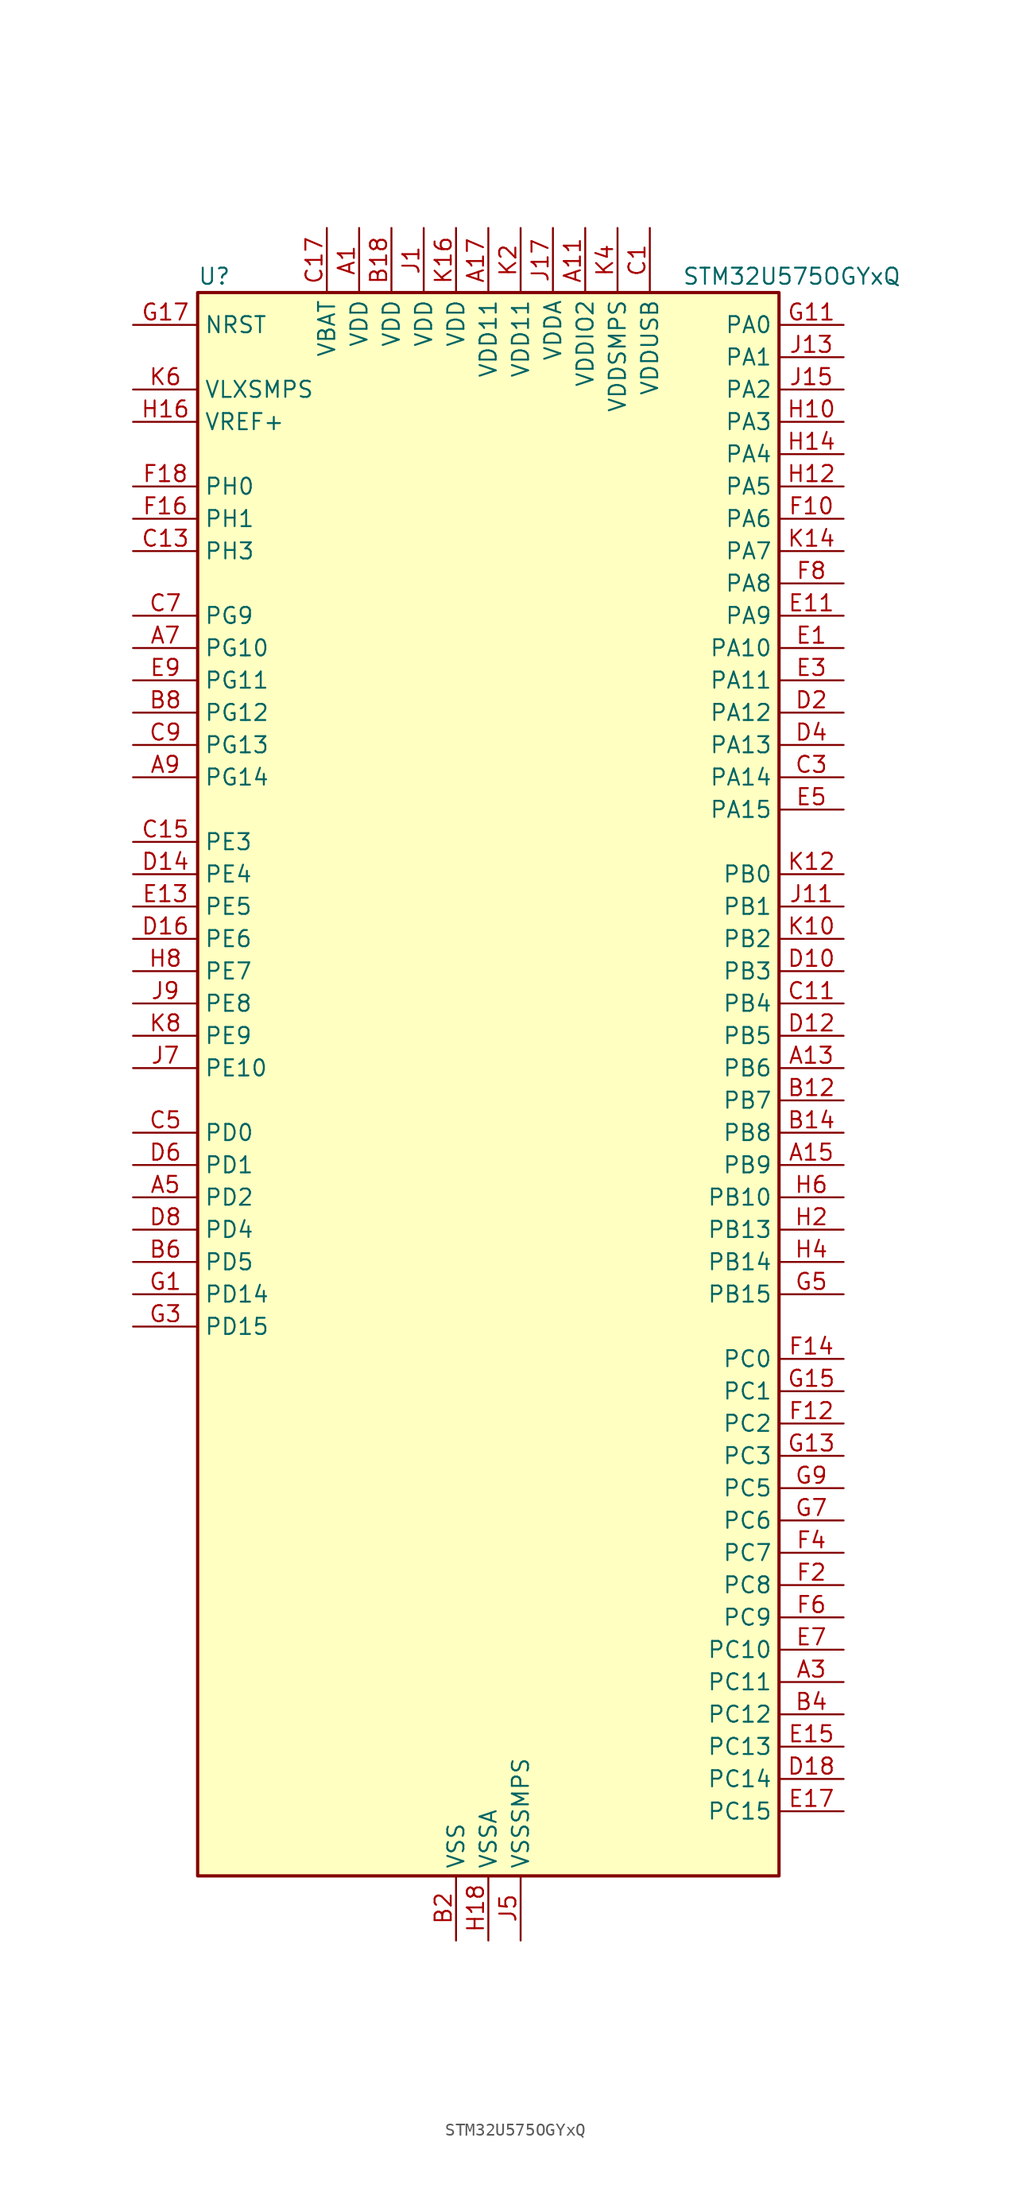
<source format=kicad_sym>
(kicad_symbol_lib
  (version 20220914)
  (generator kicad_symbol_editor)
  (symbol "STM32U575OGYxQ"
    (property "Reference" "U"
      (at -22.86 64.77 0)
      (effects (font (size 1.27 1.27)) (justify left)))
    (property "Value" "STM32U575OGYxQ"
      (at 15.24 64.77 0)
      (effects (font (size 1.27 1.27)) (justify left)))
    (property "ki_locked" ""
      (at 0 0 0)
      (effects (font (size 1.27 1.27))))
    (symbol "STM32U575OGYxQ_0_1"
      (rectangle (start -22.86 -60.96) (end 22.86 63.5) (stroke (width 0.254) (type default)) (fill (type background))))
    (symbol "STM32U575OGYxQ_1_1"
      (pin power_in line (at -10.16 68.58 270) (length 5.08) (name "VDD" (effects (font (size 1.27 1.27)))) (number "A1" (effects (font (size 1.27 1.27)))))
      (pin power_in line (at 7.62 68.58 270) (length 5.08) (name "VDDIO2" (effects (font (size 1.27 1.27)))) (number "A11" (effects (font (size 1.27 1.27)))))
      (pin bidirectional line (at 27.94 2.54 180) (length 5.08) (name "PB6" (effects (font (size 1.27 1.27)))) (number "A13" (effects (font (size 1.27 1.27)))) (alternate "COMP2_INP" bidirectional line) (alternate "DCMI_D5" bidirectional line) (alternate "I2C1_SCL" bidirectional line) (alternate "I2C4_SCL" bidirectional line) (alternate "LPTIM1_ETR" bidirectional line) (alternate "MDF1_SDI5" bidirectional line) (alternate "PSSI_D5" bidirectional line) (alternate "PWR_WKUP3" bidirectional line) (alternate "SAI1_FS_B" bidirectional line) (alternate "TIM16_CH1N" bidirectional line) (alternate "TIM4_CH1" bidirectional line) (alternate "TIM8_BKIN2" bidirectional line) (alternate "TSC_G2_IO3" bidirectional line) (alternate "USART1_TX" bidirectional line))
      (pin bidirectional line (at 27.94 -5.08 180) (length 5.08) (name "PB9" (effects (font (size 1.27 1.27)))) (number "A15" (effects (font (size 1.27 1.27)))) (alternate "DAC1_EXTI9" bidirectional line) (alternate "DCMI_D7" bidirectional line) (alternate "FDCAN1_TX" bidirectional line) (alternate "I2C1_SDA" bidirectional line) (alternate "IR_OUT" bidirectional line) (alternate "PSSI_D7" bidirectional line) (alternate "SAI1_D2" bidirectional line) (alternate "SAI1_FS_A" bidirectional line) (alternate "SDMMC1_CDIR" bidirectional line) (alternate "SDMMC1_D5" bidirectional line) (alternate "SDMMC2_D5" bidirectional line) (alternate "SPI2_NSS" bidirectional line) (alternate "TIM17_CH1" bidirectional line) (alternate "TIM4_CH4" bidirectional line))
      (pin power_in line (at 0 68.58 270) (length 5.08) (name "VDD11" (effects (font (size 1.27 1.27)))) (number "A17" (effects (font (size 1.27 1.27)))))
      (pin bidirectional line (at 27.94 -45.72 180) (length 5.08) (name "PC11" (effects (font (size 1.27 1.27)))) (number "A3" (effects (font (size 1.27 1.27)))) (alternate "ADC1_EXTI11" bidirectional line) (alternate "ADF1_SDI0" bidirectional line) (alternate "DCMI_D2" bidirectional line) (alternate "DCMI_D4" bidirectional line) (alternate "LPTIM3_IN1" bidirectional line) (alternate "OCTOSPIM_P1_NCS" bidirectional line) (alternate "PSSI_D2" bidirectional line) (alternate "PSSI_D4" bidirectional line) (alternate "SDMMC1_D3" bidirectional line) (alternate "SPI3_MISO" bidirectional line) (alternate "TSC_G3_IO3" bidirectional line) (alternate "UART4_RX" bidirectional line) (alternate "UCPD1_FRSTX2" bidirectional line) (alternate "USART3_RX" bidirectional line))
      (pin bidirectional line (at -27.94 -7.62 0) (length 5.08) (name "PD2" (effects (font (size 1.27 1.27)))) (number "A5" (effects (font (size 1.27 1.27)))) (alternate "DCMI_D11" bidirectional line) (alternate "DEBUG_TRACED2" bidirectional line) (alternate "LPTIM4_ETR" bidirectional line) (alternate "PSSI_D11" bidirectional line) (alternate "SDMMC1_CMD" bidirectional line) (alternate "TIM3_ETR" bidirectional line) (alternate "TSC_SYNC" bidirectional line) (alternate "UART5_RX" bidirectional line) (alternate "USART3_DE" bidirectional line) (alternate "USART3_RTS" bidirectional line))
      (pin bidirectional line (at -27.94 35.56 0) (length 5.08) (name "PG10" (effects (font (size 1.27 1.27)))) (number "A7" (effects (font (size 1.27 1.27)))) (alternate "FMC_NE3" bidirectional line) (alternate "LPTIM1_IN1" bidirectional line) (alternate "OCTOSPIM_P2_IO7" bidirectional line) (alternate "SPI3_MISO" bidirectional line) (alternate "TIM15_CH1" bidirectional line) (alternate "USART1_RX" bidirectional line))
      (pin bidirectional line (at -27.94 25.4 0) (length 5.08) (name "PG14" (effects (font (size 1.27 1.27)))) (number "A9" (effects (font (size 1.27 1.27)))) (alternate "FMC_A25" bidirectional line) (alternate "I2C1_SCL" bidirectional line) (alternate "LPTIM1_CH2" bidirectional line))
      (pin passive line (at -2.54 -66.04 90) (length 5.08) hide (name "VSS" (effects (font (size 1.27 1.27)))) (number "B10" (effects (font (size 1.27 1.27)))))
      (pin bidirectional line (at 27.94 0 180) (length 5.08) (name "PB7" (effects (font (size 1.27 1.27)))) (number "B12" (effects (font (size 1.27 1.27)))) (alternate "COMP2_INM" bidirectional line) (alternate "DCMI_VSYNC" bidirectional line) (alternate "FMC_NL" bidirectional line) (alternate "I2C1_SDA" bidirectional line) (alternate "I2C4_SDA" bidirectional line) (alternate "LPTIM1_IN2" bidirectional line) (alternate "MDF1_CKI5" bidirectional line) (alternate "PSSI_RDY" bidirectional line) (alternate "PWR_PVD_IN" bidirectional line) (alternate "PWR_WKUP4" bidirectional line) (alternate "TIM17_CH1N" bidirectional line) (alternate "TIM4_CH2" bidirectional line) (alternate "TIM8_BKIN" bidirectional line) (alternate "TSC_G2_IO4" bidirectional line) (alternate "UART4_CTS" bidirectional line) (alternate "USART1_RX" bidirectional line))
      (pin bidirectional line (at 27.94 -2.54 180) (length 5.08) (name "PB8" (effects (font (size 1.27 1.27)))) (number "B14" (effects (font (size 1.27 1.27)))) (alternate "DCMI_D6" bidirectional line) (alternate "FDCAN1_RX" bidirectional line) (alternate "I2C1_SCL" bidirectional line) (alternate "MDF1_CCK0" bidirectional line) (alternate "PSSI_D6" bidirectional line) (alternate "PWR_WKUP5" bidirectional line) (alternate "SAI1_CK1" bidirectional line) (alternate "SAI1_MCLK_A" bidirectional line) (alternate "SDMMC1_CKIN" bidirectional line) (alternate "SDMMC1_D4" bidirectional line) (alternate "SDMMC2_D4" bidirectional line) (alternate "SPI3_RDY" bidirectional line) (alternate "TIM16_CH1" bidirectional line) (alternate "TIM4_CH3" bidirectional line))
      (pin passive line (at -2.54 -66.04 90) (length 5.08) hide (name "VSS" (effects (font (size 1.27 1.27)))) (number "B16" (effects (font (size 1.27 1.27)))))
      (pin power_in line (at -7.62 68.58 270) (length 5.08) (name "VDD" (effects (font (size 1.27 1.27)))) (number "B18" (effects (font (size 1.27 1.27)))))
      (pin power_in line (at -2.54 -66.04 90) (length 5.08) (name "VSS" (effects (font (size 1.27 1.27)))) (number "B2" (effects (font (size 1.27 1.27)))))
      (pin bidirectional line (at 27.94 -48.26 180) (length 5.08) (name "PC12" (effects (font (size 1.27 1.27)))) (number "B4" (effects (font (size 1.27 1.27)))) (alternate "DCMI_D9" bidirectional line) (alternate "DEBUG_TRACED3" bidirectional line) (alternate "PSSI_D9" bidirectional line) (alternate "SDMMC1_CK" bidirectional line) (alternate "SPI3_MOSI" bidirectional line) (alternate "TSC_G3_IO4" bidirectional line) (alternate "UART5_TX" bidirectional line) (alternate "USART3_CK" bidirectional line))
      (pin bidirectional line (at -27.94 -12.7 0) (length 5.08) (name "PD5" (effects (font (size 1.27 1.27)))) (number "B6" (effects (font (size 1.27 1.27)))) (alternate "FMC_NWE" bidirectional line) (alternate "OCTOSPIM_P1_IO5" bidirectional line) (alternate "SPI2_RDY" bidirectional line) (alternate "USART2_TX" bidirectional line))
      (pin bidirectional line (at -27.94 30.48 0) (length 5.08) (name "PG12" (effects (font (size 1.27 1.27)))) (number "B8" (effects (font (size 1.27 1.27)))) (alternate "FMC_NE4" bidirectional line) (alternate "LPTIM1_ETR" bidirectional line) (alternate "OCTOSPIM_P2_NCS" bidirectional line) (alternate "SPI3_NSS" bidirectional line) (alternate "USART1_DE" bidirectional line) (alternate "USART1_RTS" bidirectional line))
      (pin power_in line (at 12.7 68.58 270) (length 5.08) (name "VDDUSB" (effects (font (size 1.27 1.27)))) (number "C1" (effects (font (size 1.27 1.27)))))
      (pin bidirectional line (at 27.94 7.62 180) (length 5.08) (name "PB4" (effects (font (size 1.27 1.27)))) (number "C11" (effects (font (size 1.27 1.27)))) (alternate "ADF1_SDI0" bidirectional line) (alternate "COMP2_INP" bidirectional line) (alternate "DCMI_D12" bidirectional line) (alternate "DEBUG_JTRST" bidirectional line) (alternate "I2C3_SDA" bidirectional line) (alternate "LPTIM1_CH2" bidirectional line) (alternate "PSSI_D12" bidirectional line) (alternate "SAI1_MCLK_B" bidirectional line) (alternate "SDMMC2_D3" bidirectional line) (alternate "SPI1_MISO" bidirectional line) (alternate "SPI3_MISO" bidirectional line) (alternate "TIM17_BKIN" bidirectional line) (alternate "TIM3_CH1" bidirectional line) (alternate "TSC_G2_IO1" bidirectional line) (alternate "UART5_DE" bidirectional line) (alternate "UART5_RTS" bidirectional line) (alternate "USART1_CTS" bidirectional line))
      (pin bidirectional line (at -27.94 43.18 0) (length 5.08) (name "PH3" (effects (font (size 1.27 1.27)))) (number "C13" (effects (font (size 1.27 1.27)))))
      (pin bidirectional line (at -27.94 20.32 0) (length 5.08) (name "PE3" (effects (font (size 1.27 1.27)))) (number "C15" (effects (font (size 1.27 1.27)))) (alternate "DEBUG_TRACED0" bidirectional line) (alternate "FMC_A19" bidirectional line) (alternate "OCTOSPIM_P1_DQS" bidirectional line) (alternate "SAI1_SD_B" bidirectional line) (alternate "TAMP_IN6" bidirectional line) (alternate "TAMP_OUT3" bidirectional line) (alternate "TIM3_CH1" bidirectional line) (alternate "TSC_G7_IO2" bidirectional line))
      (pin power_in line (at -12.7 68.58 270) (length 5.08) (name "VBAT" (effects (font (size 1.27 1.27)))) (number "C17" (effects (font (size 1.27 1.27)))))
      (pin bidirectional line (at 27.94 25.4 180) (length 5.08) (name "PA14" (effects (font (size 1.27 1.27)))) (number "C3" (effects (font (size 1.27 1.27)))) (alternate "DEBUG_JTCK-SWCLK" bidirectional line) (alternate "I2C1_SMBA" bidirectional line) (alternate "I2C4_SMBA" bidirectional line) (alternate "LPTIM1_CH1" bidirectional line) (alternate "SAI1_FS_B" bidirectional line) (alternate "USB_OTG_FS_SOF" bidirectional line))
      (pin bidirectional line (at -27.94 -2.54 0) (length 5.08) (name "PD0" (effects (font (size 1.27 1.27)))) (number "C5" (effects (font (size 1.27 1.27)))) (alternate "FDCAN1_RX" bidirectional line) (alternate "FMC_D2" bidirectional line) (alternate "FMC_DA2" bidirectional line) (alternate "SPI2_NSS" bidirectional line) (alternate "TIM8_CH4N" bidirectional line))
      (pin bidirectional line (at -27.94 38.1 0) (length 5.08) (name "PG9" (effects (font (size 1.27 1.27)))) (number "C7" (effects (font (size 1.27 1.27)))) (alternate "DAC1_EXTI9" bidirectional line) (alternate "FMC_NCE" bidirectional line) (alternate "FMC_NE2" bidirectional line) (alternate "OCTOSPIM_P2_IO6" bidirectional line) (alternate "SPI3_SCK" bidirectional line) (alternate "TIM15_CH1N" bidirectional line) (alternate "USART1_TX" bidirectional line))
      (pin bidirectional line (at -27.94 27.94 0) (length 5.08) (name "PG13" (effects (font (size 1.27 1.27)))) (number "C9" (effects (font (size 1.27 1.27)))) (alternate "FMC_A24" bidirectional line) (alternate "I2C1_SDA" bidirectional line) (alternate "SPI3_RDY" bidirectional line) (alternate "USART1_CK" bidirectional line))
      (pin bidirectional line (at 27.94 10.16 180) (length 5.08) (name "PB3" (effects (font (size 1.27 1.27)))) (number "D10" (effects (font (size 1.27 1.27)))) (alternate "ADF1_CCK0" bidirectional line) (alternate "COMP2_INM" bidirectional line) (alternate "CRS_SYNC" bidirectional line) (alternate "DEBUG_JTDO-SWO" bidirectional line) (alternate "I2C1_SDA" bidirectional line) (alternate "LPTIM1_CH1" bidirectional line) (alternate "SAI1_SCK_B" bidirectional line) (alternate "SDMMC2_D2" bidirectional line) (alternate "SPI1_SCK" bidirectional line) (alternate "SPI3_SCK" bidirectional line) (alternate "TIM2_CH2" bidirectional line) (alternate "USART1_DE" bidirectional line) (alternate "USART1_RTS" bidirectional line))
      (pin bidirectional line (at 27.94 5.08 180) (length 5.08) (name "PB5" (effects (font (size 1.27 1.27)))) (number "D12" (effects (font (size 1.27 1.27)))) (alternate "COMP2_OUT" bidirectional line) (alternate "DCMI_D10" bidirectional line) (alternate "I2C1_SMBA" bidirectional line) (alternate "LPTIM1_IN1" bidirectional line) (alternate "OCTOSPIM_P1_NCLK" bidirectional line) (alternate "PSSI_D10" bidirectional line) (alternate "PWR_WKUP6" bidirectional line) (alternate "SAI1_SD_B" bidirectional line) (alternate "SPI1_MOSI" bidirectional line) (alternate "SPI3_MOSI" bidirectional line) (alternate "TIM16_BKIN" bidirectional line) (alternate "TIM3_CH2" bidirectional line) (alternate "TSC_G2_IO2" bidirectional line) (alternate "UART5_CTS" bidirectional line) (alternate "UCPD1_DBCC1" bidirectional line) (alternate "USART1_CK" bidirectional line))
      (pin bidirectional line (at -27.94 17.78 0) (length 5.08) (name "PE4" (effects (font (size 1.27 1.27)))) (number "D14" (effects (font (size 1.27 1.27)))) (alternate "DCMI_D4" bidirectional line) (alternate "DEBUG_TRACED1" bidirectional line) (alternate "FMC_A20" bidirectional line) (alternate "MDF1_SDI3" bidirectional line) (alternate "PSSI_D4" bidirectional line) (alternate "PWR_WKUP1" bidirectional line) (alternate "SAI1_D2" bidirectional line) (alternate "SAI1_FS_A" bidirectional line) (alternate "TAMP_IN7" bidirectional line) (alternate "TAMP_OUT8" bidirectional line) (alternate "TIM3_CH2" bidirectional line) (alternate "TSC_G7_IO3" bidirectional line))
      (pin bidirectional line (at -27.94 12.7 0) (length 5.08) (name "PE6" (effects (font (size 1.27 1.27)))) (number "D16" (effects (font (size 1.27 1.27)))) (alternate "DCMI_D7" bidirectional line) (alternate "DEBUG_TRACED3" bidirectional line) (alternate "FMC_A22" bidirectional line) (alternate "PSSI_D7" bidirectional line) (alternate "PWR_WKUP3" bidirectional line) (alternate "SAI1_D1" bidirectional line) (alternate "SAI1_SD_A" bidirectional line) (alternate "TAMP_IN3" bidirectional line) (alternate "TAMP_OUT6" bidirectional line) (alternate "TIM3_CH4" bidirectional line))
      (pin bidirectional line (at 27.94 -53.34 180) (length 5.08) (name "PC14" (effects (font (size 1.27 1.27)))) (number "D18" (effects (font (size 1.27 1.27)))) (alternate "RCC_OSC32_IN" bidirectional line))
      (pin bidirectional line (at 27.94 30.48 180) (length 5.08) (name "PA12" (effects (font (size 1.27 1.27)))) (number "D2" (effects (font (size 1.27 1.27)))) (alternate "FDCAN1_TX" bidirectional line) (alternate "OCTOSPIM_P2_NCS" bidirectional line) (alternate "SPI1_MOSI" bidirectional line) (alternate "TIM1_ETR" bidirectional line) (alternate "USART1_DE" bidirectional line) (alternate "USART1_RTS" bidirectional line) (alternate "USB_OTG_FS_DP" bidirectional line))
      (pin bidirectional line (at 27.94 27.94 180) (length 5.08) (name "PA13" (effects (font (size 1.27 1.27)))) (number "D4" (effects (font (size 1.27 1.27)))) (alternate "DEBUG_JTMS-SWDIO" bidirectional line) (alternate "IR_OUT" bidirectional line) (alternate "SAI1_SD_B" bidirectional line) (alternate "USB_OTG_FS_NOE" bidirectional line))
      (pin bidirectional line (at -27.94 -5.08 0) (length 5.08) (name "PD1" (effects (font (size 1.27 1.27)))) (number "D6" (effects (font (size 1.27 1.27)))) (alternate "FDCAN1_TX" bidirectional line) (alternate "FMC_D3" bidirectional line) (alternate "FMC_DA3" bidirectional line) (alternate "SPI2_SCK" bidirectional line))
      (pin bidirectional line (at -27.94 -10.16 0) (length 5.08) (name "PD4" (effects (font (size 1.27 1.27)))) (number "D8" (effects (font (size 1.27 1.27)))) (alternate "FMC_NOE" bidirectional line) (alternate "MDF1_CKI0" bidirectional line) (alternate "OCTOSPIM_P1_IO4" bidirectional line) (alternate "SPI2_MOSI" bidirectional line) (alternate "USART2_DE" bidirectional line) (alternate "USART2_RTS" bidirectional line))
      (pin bidirectional line (at 27.94 35.56 180) (length 5.08) (name "PA10" (effects (font (size 1.27 1.27)))) (number "E1" (effects (font (size 1.27 1.27)))) (alternate "CRS_SYNC" bidirectional line) (alternate "DCMI_D1" bidirectional line) (alternate "LPTIM2_IN2" bidirectional line) (alternate "PSSI_D1" bidirectional line) (alternate "SAI1_D1" bidirectional line) (alternate "SAI1_SD_A" bidirectional line) (alternate "TIM17_BKIN" bidirectional line) (alternate "TIM1_CH3" bidirectional line) (alternate "USART1_RX" bidirectional line) (alternate "USB_OTG_FS_ID" bidirectional line))
      (pin bidirectional line (at 27.94 38.1 180) (length 5.08) (name "PA9" (effects (font (size 1.27 1.27)))) (number "E11" (effects (font (size 1.27 1.27)))) (alternate "DAC1_EXTI9" bidirectional line) (alternate "DCMI_D0" bidirectional line) (alternate "PSSI_D0" bidirectional line) (alternate "SAI1_FS_A" bidirectional line) (alternate "SPI2_SCK" bidirectional line) (alternate "TIM15_BKIN" bidirectional line) (alternate "TIM1_CH2" bidirectional line) (alternate "USART1_TX" bidirectional line) (alternate "USB_OTG_FS_VBUS" bidirectional line))
      (pin bidirectional line (at -27.94 15.24 0) (length 5.08) (name "PE5" (effects (font (size 1.27 1.27)))) (number "E13" (effects (font (size 1.27 1.27)))) (alternate "DCMI_D6" bidirectional line) (alternate "DEBUG_TRACED2" bidirectional line) (alternate "FMC_A21" bidirectional line) (alternate "MDF1_CKI3" bidirectional line) (alternate "PSSI_D6" bidirectional line) (alternate "PWR_WKUP2" bidirectional line) (alternate "SAI1_CK2" bidirectional line) (alternate "SAI1_SCK_A" bidirectional line) (alternate "TAMP_IN8" bidirectional line) (alternate "TAMP_OUT7" bidirectional line) (alternate "TIM3_CH3" bidirectional line) (alternate "TSC_G7_IO4" bidirectional line))
      (pin bidirectional line (at 27.94 -50.8 180) (length 5.08) (name "PC13" (effects (font (size 1.27 1.27)))) (number "E15" (effects (font (size 1.27 1.27)))) (alternate "PWR_WKUP2" bidirectional line) (alternate "RTC_OUT1" bidirectional line) (alternate "RTC_TS" bidirectional line) (alternate "TAMP_IN1" bidirectional line) (alternate "TAMP_OUT2" bidirectional line))
      (pin bidirectional line (at 27.94 -55.88 180) (length 5.08) (name "PC15" (effects (font (size 1.27 1.27)))) (number "E17" (effects (font (size 1.27 1.27)))) (alternate "ADC1_EXTI15" bidirectional line) (alternate "ADC4_EXTI15" bidirectional line) (alternate "RCC_OSC32_OUT" bidirectional line))
      (pin bidirectional line (at 27.94 33.02 180) (length 5.08) (name "PA11" (effects (font (size 1.27 1.27)))) (number "E3" (effects (font (size 1.27 1.27)))) (alternate "ADC1_EXTI11" bidirectional line) (alternate "FDCAN1_RX" bidirectional line) (alternate "SPI1_MISO" bidirectional line) (alternate "TIM1_BKIN2" bidirectional line) (alternate "TIM1_CH4" bidirectional line) (alternate "USART1_CTS" bidirectional line) (alternate "USB_OTG_FS_DM" bidirectional line))
      (pin bidirectional line (at 27.94 22.86 180) (length 5.08) (name "PA15" (effects (font (size 1.27 1.27)))) (number "E5" (effects (font (size 1.27 1.27)))) (alternate "ADC1_EXTI15" bidirectional line) (alternate "ADC4_EXTI15" bidirectional line) (alternate "DEBUG_JTDI" bidirectional line) (alternate "SPI1_NSS" bidirectional line) (alternate "SPI3_NSS" bidirectional line) (alternate "TIM2_CH1" bidirectional line) (alternate "TIM2_ETR" bidirectional line) (alternate "UART4_DE" bidirectional line) (alternate "UART4_RTS" bidirectional line) (alternate "UCPD1_CC1" bidirectional line) (alternate "USART2_RX" bidirectional line) (alternate "USART3_DE" bidirectional line) (alternate "USART3_RTS" bidirectional line))
      (pin bidirectional line (at 27.94 -43.18 180) (length 5.08) (name "PC10" (effects (font (size 1.27 1.27)))) (number "E7" (effects (font (size 1.27 1.27)))) (alternate "ADF1_CCK1" bidirectional line) (alternate "DCMI_D8" bidirectional line) (alternate "DEBUG_TRACED1" bidirectional line) (alternate "LPTIM3_ETR" bidirectional line) (alternate "PSSI_D8" bidirectional line) (alternate "SDMMC1_D2" bidirectional line) (alternate "SPI3_SCK" bidirectional line) (alternate "TSC_G3_IO2" bidirectional line) (alternate "UART4_TX" bidirectional line) (alternate "USART3_TX" bidirectional line))
      (pin bidirectional line (at -27.94 33.02 0) (length 5.08) (name "PG11" (effects (font (size 1.27 1.27)))) (number "E9" (effects (font (size 1.27 1.27)))) (alternate "ADC1_EXTI11" bidirectional line) (alternate "LPTIM1_IN2" bidirectional line) (alternate "OCTOSPIM_P1_IO5" bidirectional line) (alternate "SPI3_MOSI" bidirectional line) (alternate "TIM15_CH2" bidirectional line) (alternate "USART1_CTS" bidirectional line))
      (pin bidirectional line (at 27.94 45.72 180) (length 5.08) (name "PA6" (effects (font (size 1.27 1.27)))) (number "F10" (effects (font (size 1.27 1.27)))) (alternate "ADC1_IN11" bidirectional line) (alternate "ADC4_IN11" bidirectional line) (alternate "DCMI_PIXCLK" bidirectional line) (alternate "LPUART1_CTS" bidirectional line) (alternate "OCTOSPIM_P1_IO3" bidirectional line) (alternate "OPAMP2_VINP" bidirectional line) (alternate "PSSI_PDCK" bidirectional line) (alternate "PWR_CDSTOP" bidirectional line) (alternate "PWR_WKUP7" bidirectional line) (alternate "SPI1_MISO" bidirectional line) (alternate "TIM16_CH1" bidirectional line) (alternate "TIM1_BKIN" bidirectional line) (alternate "TIM3_CH1" bidirectional line) (alternate "TIM8_BKIN" bidirectional line) (alternate "USART3_CTS" bidirectional line))
      (pin bidirectional line (at 27.94 -25.4 180) (length 5.08) (name "PC2" (effects (font (size 1.27 1.27)))) (number "F12" (effects (font (size 1.27 1.27)))) (alternate "ADC1_IN3" bidirectional line) (alternate "ADC4_IN3" bidirectional line) (alternate "LPTIM1_IN2" bidirectional line) (alternate "MDF1_CCK1" bidirectional line) (alternate "OCTOSPIM_P1_IO5" bidirectional line) (alternate "SPI2_MISO" bidirectional line))
      (pin bidirectional line (at 27.94 -20.32 180) (length 5.08) (name "PC0" (effects (font (size 1.27 1.27)))) (number "F14" (effects (font (size 1.27 1.27)))) (alternate "ADC1_IN1" bidirectional line) (alternate "ADC4_IN1" bidirectional line) (alternate "I2C3_SCL" bidirectional line) (alternate "LPTIM1_IN1" bidirectional line) (alternate "LPTIM2_IN1" bidirectional line) (alternate "LPUART1_RX" bidirectional line) (alternate "MDF1_SDI4" bidirectional line) (alternate "OCTOSPIM_P1_IO7" bidirectional line) (alternate "SDMMC1_D5" bidirectional line) (alternate "SPI2_RDY" bidirectional line))
      (pin bidirectional line (at -27.94 45.72 0) (length 5.08) (name "PH1" (effects (font (size 1.27 1.27)))) (number "F16" (effects (font (size 1.27 1.27)))) (alternate "RCC_OSC_OUT" bidirectional line))
      (pin bidirectional line (at -27.94 48.26 0) (length 5.08) (name "PH0" (effects (font (size 1.27 1.27)))) (number "F18" (effects (font (size 1.27 1.27)))) (alternate "RCC_OSC_IN" bidirectional line))
      (pin bidirectional line (at 27.94 -38.1 180) (length 5.08) (name "PC8" (effects (font (size 1.27 1.27)))) (number "F2" (effects (font (size 1.27 1.27)))) (alternate "DCMI_D2" bidirectional line) (alternate "LPTIM3_CH1" bidirectional line) (alternate "PSSI_D2" bidirectional line) (alternate "PWR_SRDSTOP" bidirectional line) (alternate "SDMMC1_D0" bidirectional line) (alternate "TIM3_CH3" bidirectional line) (alternate "TIM8_CH3" bidirectional line) (alternate "TSC_G4_IO3" bidirectional line))
      (pin bidirectional line (at 27.94 -35.56 180) (length 5.08) (name "PC7" (effects (font (size 1.27 1.27)))) (number "F4" (effects (font (size 1.27 1.27)))) (alternate "DCMI_D1" bidirectional line) (alternate "LPTIM2_CH2" bidirectional line) (alternate "MDF1_SDI3" bidirectional line) (alternate "PSSI_D1" bidirectional line) (alternate "PWR_CDSTOP" bidirectional line) (alternate "SDMMC1_D123DIR" bidirectional line) (alternate "SDMMC1_D7" bidirectional line) (alternate "SDMMC2_D7" bidirectional line) (alternate "TIM3_CH2" bidirectional line) (alternate "TIM8_CH2" bidirectional line) (alternate "TSC_G4_IO2" bidirectional line))
      (pin bidirectional line (at 27.94 -40.64 180) (length 5.08) (name "PC9" (effects (font (size 1.27 1.27)))) (number "F6" (effects (font (size 1.27 1.27)))) (alternate "DAC1_EXTI9" bidirectional line) (alternate "DCMI_D3" bidirectional line) (alternate "DEBUG_TRACED0" bidirectional line) (alternate "LPTIM3_CH2" bidirectional line) (alternate "PSSI_D3" bidirectional line) (alternate "SDMMC1_D1" bidirectional line) (alternate "TIM3_CH4" bidirectional line) (alternate "TIM8_BKIN2" bidirectional line) (alternate "TIM8_CH4" bidirectional line) (alternate "TSC_G4_IO4" bidirectional line) (alternate "USB_OTG_FS_NOE" bidirectional line))
      (pin bidirectional line (at 27.94 40.64 180) (length 5.08) (name "PA8" (effects (font (size 1.27 1.27)))) (number "F8" (effects (font (size 1.27 1.27)))) (alternate "DEBUG_TRACECLK" bidirectional line) (alternate "LPTIM2_CH1" bidirectional line) (alternate "RCC_MCO" bidirectional line) (alternate "SAI1_CK2" bidirectional line) (alternate "SAI1_SCK_A" bidirectional line) (alternate "SPI1_RDY" bidirectional line) (alternate "TIM1_CH1" bidirectional line) (alternate "USART1_CK" bidirectional line) (alternate "USB_OTG_FS_SOF" bidirectional line))
      (pin bidirectional line (at -27.94 -15.24 0) (length 5.08) (name "PD14" (effects (font (size 1.27 1.27)))) (number "G1" (effects (font (size 1.27 1.27)))) (alternate "FMC_D0" bidirectional line) (alternate "FMC_DA0" bidirectional line) (alternate "LPTIM3_CH1" bidirectional line) (alternate "TIM4_CH3" bidirectional line))
      (pin bidirectional line (at 27.94 60.96 180) (length 5.08) (name "PA0" (effects (font (size 1.27 1.27)))) (number "G11" (effects (font (size 1.27 1.27)))) (alternate "ADC1_IN5" bidirectional line) (alternate "AUDIOCLK" bidirectional line) (alternate "OCTOSPIM_P2_NCS" bidirectional line) (alternate "OPAMP1_VINP" bidirectional line) (alternate "PWR_WKUP1" bidirectional line) (alternate "SDMMC2_CMD" bidirectional line) (alternate "SPI3_RDY" bidirectional line) (alternate "TAMP_IN2" bidirectional line) (alternate "TAMP_OUT1" bidirectional line) (alternate "TIM2_CH1" bidirectional line) (alternate "TIM2_ETR" bidirectional line) (alternate "TIM5_CH1" bidirectional line) (alternate "TIM8_ETR" bidirectional line) (alternate "UART4_TX" bidirectional line) (alternate "USART2_CTS" bidirectional line))
      (pin bidirectional line (at 27.94 -27.94 180) (length 5.08) (name "PC3" (effects (font (size 1.27 1.27)))) (number "G13" (effects (font (size 1.27 1.27)))) (alternate "ADC1_IN4" bidirectional line) (alternate "ADC4_IN4" bidirectional line) (alternate "LPTIM1_ETR" bidirectional line) (alternate "LPTIM2_ETR" bidirectional line) (alternate "LPTIM3_CH1" bidirectional line) (alternate "OCTOSPIM_P1_IO6" bidirectional line) (alternate "SAI1_D1" bidirectional line) (alternate "SAI1_SD_A" bidirectional line) (alternate "SPI2_MOSI" bidirectional line))
      (pin bidirectional line (at 27.94 -22.86 180) (length 5.08) (name "PC1" (effects (font (size 1.27 1.27)))) (number "G15" (effects (font (size 1.27 1.27)))) (alternate "ADC1_IN2" bidirectional line) (alternate "ADC4_IN2" bidirectional line) (alternate "DEBUG_TRACED0" bidirectional line) (alternate "I2C3_SDA" bidirectional line) (alternate "LPTIM1_CH1" bidirectional line) (alternate "LPUART1_TX" bidirectional line) (alternate "MDF1_CKI4" bidirectional line) (alternate "OCTOSPIM_P1_IO4" bidirectional line) (alternate "SAI1_SD_A" bidirectional line) (alternate "SDMMC2_CK" bidirectional line) (alternate "SPI2_MOSI" bidirectional line))
      (pin input line (at -27.94 60.96 0) (length 5.08) (name "NRST" (effects (font (size 1.27 1.27)))) (number "G17" (effects (font (size 1.27 1.27)))))
      (pin bidirectional line (at -27.94 -17.78 0) (length 5.08) (name "PD15" (effects (font (size 1.27 1.27)))) (number "G3" (effects (font (size 1.27 1.27)))) (alternate "ADC1_EXTI15" bidirectional line) (alternate "ADC4_EXTI15" bidirectional line) (alternate "FMC_D1" bidirectional line) (alternate "FMC_DA1" bidirectional line) (alternate "LPTIM3_CH2" bidirectional line) (alternate "TIM4_CH4" bidirectional line))
      (pin bidirectional line (at 27.94 -15.24 180) (length 5.08) (name "PB15" (effects (font (size 1.27 1.27)))) (number "G5" (effects (font (size 1.27 1.27)))) (alternate "ADC1_EXTI15" bidirectional line) (alternate "ADC4_EXTI15" bidirectional line) (alternate "FMC_NBL1" bidirectional line) (alternate "LPTIM2_IN2" bidirectional line) (alternate "MDF1_CKI2" bidirectional line) (alternate "PWR_WKUP7" bidirectional line) (alternate "RTC_REFIN" bidirectional line) (alternate "SDMMC2_D1" bidirectional line) (alternate "SPI2_MOSI" bidirectional line) (alternate "TIM15_CH2" bidirectional line) (alternate "TIM1_CH3N" bidirectional line) (alternate "TIM8_CH3N" bidirectional line) (alternate "UCPD1_CC2" bidirectional line))
      (pin bidirectional line (at 27.94 -33.02 180) (length 5.08) (name "PC6" (effects (font (size 1.27 1.27)))) (number "G7" (effects (font (size 1.27 1.27)))) (alternate "DCMI_D0" bidirectional line) (alternate "MDF1_CKI3" bidirectional line) (alternate "PSSI_D0" bidirectional line) (alternate "PWR_CSLEEP" bidirectional line) (alternate "SDMMC1_D0DIR" bidirectional line) (alternate "SDMMC1_D6" bidirectional line) (alternate "SDMMC2_D6" bidirectional line) (alternate "TIM3_CH1" bidirectional line) (alternate "TIM8_CH1" bidirectional line) (alternate "TSC_G4_IO1" bidirectional line))
      (pin bidirectional line (at 27.94 -30.48 180) (length 5.08) (name "PC5" (effects (font (size 1.27 1.27)))) (number "G9" (effects (font (size 1.27 1.27)))) (alternate "ADC1_IN14" bidirectional line) (alternate "ADC4_IN23" bidirectional line) (alternate "COMP1_INP" bidirectional line) (alternate "PSSI_D15" bidirectional line) (alternate "PWR_WKUP5" bidirectional line) (alternate "SAI1_D3" bidirectional line) (alternate "TAMP_IN4" bidirectional line) (alternate "TAMP_OUT5" bidirectional line) (alternate "TIM1_CH4N" bidirectional line) (alternate "USART3_RX" bidirectional line))
      (pin bidirectional line (at 27.94 53.34 180) (length 5.08) (name "PA3" (effects (font (size 1.27 1.27)))) (number "H10" (effects (font (size 1.27 1.27)))) (alternate "ADC1_IN8" bidirectional line) (alternate "LPUART1_RX" bidirectional line) (alternate "OCTOSPIM_P1_CLK" bidirectional line) (alternate "OPAMP1_VOUT" bidirectional line) (alternate "PWR_WKUP5" bidirectional line) (alternate "SAI1_CK1" bidirectional line) (alternate "SAI1_MCLK_A" bidirectional line) (alternate "TIM15_CH2" bidirectional line) (alternate "TIM2_CH4" bidirectional line) (alternate "TIM5_CH4" bidirectional line) (alternate "USART2_RX" bidirectional line))
      (pin bidirectional line (at 27.94 48.26 180) (length 5.08) (name "PA5" (effects (font (size 1.27 1.27)))) (number "H12" (effects (font (size 1.27 1.27)))) (alternate "ADC1_IN10" bidirectional line) (alternate "ADC4_IN10" bidirectional line) (alternate "DAC1_OUT2" bidirectional line) (alternate "LPTIM2_ETR" bidirectional line) (alternate "PSSI_D14" bidirectional line) (alternate "PWR_CSLEEP" bidirectional line) (alternate "PWR_WKUP6" bidirectional line) (alternate "SPI1_SCK" bidirectional line) (alternate "TIM2_CH1" bidirectional line) (alternate "TIM2_ETR" bidirectional line) (alternate "TIM8_CH1N" bidirectional line) (alternate "USART3_RX" bidirectional line))
      (pin bidirectional line (at 27.94 50.8 180) (length 5.08) (name "PA4" (effects (font (size 1.27 1.27)))) (number "H14" (effects (font (size 1.27 1.27)))) (alternate "ADC1_IN9" bidirectional line) (alternate "ADC4_IN9" bidirectional line) (alternate "DAC1_OUT1" bidirectional line) (alternate "DCMI_HSYNC" bidirectional line) (alternate "LPTIM2_CH1" bidirectional line) (alternate "OCTOSPIM_P1_NCS" bidirectional line) (alternate "PSSI_DE" bidirectional line) (alternate "PWR_WKUP2" bidirectional line) (alternate "SAI1_FS_B" bidirectional line) (alternate "SPI1_NSS" bidirectional line) (alternate "SPI3_NSS" bidirectional line) (alternate "USART2_CK" bidirectional line))
      (pin input line (at -27.94 53.34 0) (length 5.08) (name "VREF+" (effects (font (size 1.27 1.27)))) (number "H16" (effects (font (size 1.27 1.27)))) (alternate "VREFBUF_OUT" bidirectional line))
      (pin power_in line (at 0 -66.04 90) (length 5.08) (name "VSSA" (effects (font (size 1.27 1.27)))) (number "H18" (effects (font (size 1.27 1.27)))))
      (pin bidirectional line (at 27.94 -10.16 180) (length 5.08) (name "PB13" (effects (font (size 1.27 1.27)))) (number "H2" (effects (font (size 1.27 1.27)))) (alternate "I2C2_SCL" bidirectional line) (alternate "LPTIM3_IN1" bidirectional line) (alternate "LPUART1_CTS" bidirectional line) (alternate "MDF1_CKI1" bidirectional line) (alternate "SPI2_SCK" bidirectional line) (alternate "TIM15_CH1N" bidirectional line) (alternate "TIM1_CH1N" bidirectional line) (alternate "TSC_G1_IO2" bidirectional line) (alternate "USART3_CTS" bidirectional line))
      (pin bidirectional line (at 27.94 -12.7 180) (length 5.08) (name "PB14" (effects (font (size 1.27 1.27)))) (number "H4" (effects (font (size 1.27 1.27)))) (alternate "I2C2_SDA" bidirectional line) (alternate "LPTIM3_ETR" bidirectional line) (alternate "MDF1_SDI2" bidirectional line) (alternate "SDMMC2_D0" bidirectional line) (alternate "SPI2_MISO" bidirectional line) (alternate "TIM15_CH1" bidirectional line) (alternate "TIM1_CH2N" bidirectional line) (alternate "TIM8_CH2N" bidirectional line) (alternate "TSC_G1_IO3" bidirectional line) (alternate "UCPD1_DBCC2" bidirectional line) (alternate "USART3_DE" bidirectional line) (alternate "USART3_RTS" bidirectional line))
      (pin bidirectional line (at 27.94 -7.62 180) (length 5.08) (name "PB10" (effects (font (size 1.27 1.27)))) (number "H6" (effects (font (size 1.27 1.27)))) (alternate "COMP1_OUT" bidirectional line) (alternate "I2C2_SCL" bidirectional line) (alternate "I2C4_SCL" bidirectional line) (alternate "LPTIM3_CH1" bidirectional line) (alternate "LPUART1_RX" bidirectional line) (alternate "OCTOSPIM_P1_CLK" bidirectional line) (alternate "PWR_WKUP8" bidirectional line) (alternate "SAI1_SCK_A" bidirectional line) (alternate "SPI2_SCK" bidirectional line) (alternate "TIM2_CH3" bidirectional line) (alternate "TSC_SYNC" bidirectional line) (alternate "USART3_TX" bidirectional line))
      (pin bidirectional line (at -27.94 10.16 0) (length 5.08) (name "PE7" (effects (font (size 1.27 1.27)))) (number "H8" (effects (font (size 1.27 1.27)))) (alternate "FMC_D4" bidirectional line) (alternate "FMC_DA4" bidirectional line) (alternate "MDF1_SDI2" bidirectional line) (alternate "PWR_WKUP6" bidirectional line) (alternate "SAI1_SD_B" bidirectional line) (alternate "TIM1_ETR" bidirectional line))
      (pin power_in line (at -5.08 68.58 270) (length 5.08) (name "VDD" (effects (font (size 1.27 1.27)))) (number "J1" (effects (font (size 1.27 1.27)))))
      (pin bidirectional line (at 27.94 15.24 180) (length 5.08) (name "PB1" (effects (font (size 1.27 1.27)))) (number "J11" (effects (font (size 1.27 1.27)))) (alternate "ADC1_IN16" bidirectional line) (alternate "ADC4_IN19" bidirectional line) (alternate "COMP1_INM" bidirectional line) (alternate "LPTIM2_IN1" bidirectional line) (alternate "LPTIM3_CH2" bidirectional line) (alternate "LPUART1_DE" bidirectional line) (alternate "LPUART1_RTS" bidirectional line) (alternate "MDF1_SDI0" bidirectional line) (alternate "OCTOSPIM_P1_IO0" bidirectional line) (alternate "PWR_WKUP4" bidirectional line) (alternate "TIM1_CH3N" bidirectional line) (alternate "TIM3_CH4" bidirectional line) (alternate "TIM8_CH3N" bidirectional line) (alternate "USART3_DE" bidirectional line) (alternate "USART3_RTS" bidirectional line))
      (pin bidirectional line (at 27.94 58.42 180) (length 5.08) (name "PA1" (effects (font (size 1.27 1.27)))) (number "J13" (effects (font (size 1.27 1.27)))) (alternate "ADC1_IN6" bidirectional line) (alternate "I2C1_SMBA" bidirectional line) (alternate "LPTIM1_CH2" bidirectional line) (alternate "OCTOSPIM_P1_DQS" bidirectional line) (alternate "OPAMP1_VINM" bidirectional line) (alternate "PWR_WKUP3" bidirectional line) (alternate "SPI1_SCK" bidirectional line) (alternate "TAMP_IN5" bidirectional line) (alternate "TAMP_OUT4" bidirectional line) (alternate "TIM15_CH1N" bidirectional line) (alternate "TIM2_CH2" bidirectional line) (alternate "TIM5_CH2" bidirectional line) (alternate "UART4_RX" bidirectional line) (alternate "USART2_DE" bidirectional line) (alternate "USART2_RTS" bidirectional line))
      (pin bidirectional line (at 27.94 55.88 180) (length 5.08) (name "PA2" (effects (font (size 1.27 1.27)))) (number "J15" (effects (font (size 1.27 1.27)))) (alternate "ADC1_IN7" bidirectional line) (alternate "COMP1_INP" bidirectional line) (alternate "LPUART1_TX" bidirectional line) (alternate "OCTOSPIM_P1_NCS" bidirectional line) (alternate "PWR_WKUP4" bidirectional line) (alternate "RCC_LSCO" bidirectional line) (alternate "SPI1_RDY" bidirectional line) (alternate "TIM15_CH1" bidirectional line) (alternate "TIM2_CH3" bidirectional line) (alternate "TIM5_CH3" bidirectional line) (alternate "UCPD1_FRSTX1" bidirectional line) (alternate "USART2_TX" bidirectional line))
      (pin power_in line (at 5.08 68.58 270) (length 5.08) (name "VDDA" (effects (font (size 1.27 1.27)))) (number "J17" (effects (font (size 1.27 1.27)))))
      (pin passive line (at -2.54 -66.04 90) (length 5.08) hide (name "VSS" (effects (font (size 1.27 1.27)))) (number "J3" (effects (font (size 1.27 1.27)))))
      (pin power_in line (at 2.54 -66.04 90) (length 5.08) (name "VSSSMPS" (effects (font (size 1.27 1.27)))) (number "J5" (effects (font (size 1.27 1.27)))))
      (pin bidirectional line (at -27.94 2.54 0) (length 5.08) (name "PE10" (effects (font (size 1.27 1.27)))) (number "J7" (effects (font (size 1.27 1.27)))) (alternate "ADF1_SDI0" bidirectional line) (alternate "FMC_D7" bidirectional line) (alternate "FMC_DA7" bidirectional line) (alternate "MDF1_SDI4" bidirectional line) (alternate "OCTOSPIM_P1_CLK" bidirectional line) (alternate "SAI1_MCLK_B" bidirectional line) (alternate "TIM1_CH2N" bidirectional line) (alternate "TSC_G5_IO1" bidirectional line))
      (pin bidirectional line (at -27.94 7.62 0) (length 5.08) (name "PE8" (effects (font (size 1.27 1.27)))) (number "J9" (effects (font (size 1.27 1.27)))) (alternate "FMC_D5" bidirectional line) (alternate "FMC_DA5" bidirectional line) (alternate "MDF1_CKI2" bidirectional line) (alternate "PWR_WKUP7" bidirectional line) (alternate "SAI1_SCK_B" bidirectional line) (alternate "TIM1_CH1N" bidirectional line))
      (pin bidirectional line (at 27.94 12.7 180) (length 5.08) (name "PB2" (effects (font (size 1.27 1.27)))) (number "K10" (effects (font (size 1.27 1.27)))) (alternate "ADC1_IN17" bidirectional line) (alternate "COMP1_INP" bidirectional line) (alternate "I2C3_SMBA" bidirectional line) (alternate "LPTIM1_CH1" bidirectional line) (alternate "MDF1_CKI0" bidirectional line) (alternate "OCTOSPIM_P1_DQS" bidirectional line) (alternate "PWR_WKUP1" bidirectional line) (alternate "RTC_OUT2" bidirectional line) (alternate "SPI1_RDY" bidirectional line) (alternate "TIM8_CH4N" bidirectional line) (alternate "UCPD1_FRSTX1" bidirectional line))
      (pin bidirectional line (at 27.94 17.78 180) (length 5.08) (name "PB0" (effects (font (size 1.27 1.27)))) (number "K12" (effects (font (size 1.27 1.27)))) (alternate "ADC1_IN15" bidirectional line) (alternate "ADC4_IN18" bidirectional line) (alternate "AUDIOCLK" bidirectional line) (alternate "COMP1_OUT" bidirectional line) (alternate "LPTIM3_CH1" bidirectional line) (alternate "OCTOSPIM_P1_IO1" bidirectional line) (alternate "OPAMP2_VOUT" bidirectional line) (alternate "SPI1_NSS" bidirectional line) (alternate "TIM1_CH2N" bidirectional line) (alternate "TIM3_CH3" bidirectional line) (alternate "TIM8_CH2N" bidirectional line) (alternate "USART3_CK" bidirectional line))
      (pin bidirectional line (at 27.94 43.18 180) (length 5.08) (name "PA7" (effects (font (size 1.27 1.27)))) (number "K14" (effects (font (size 1.27 1.27)))) (alternate "ADC1_IN12" bidirectional line) (alternate "ADC4_IN20" bidirectional line) (alternate "I2C3_SCL" bidirectional line) (alternate "LPTIM2_CH2" bidirectional line) (alternate "OCTOSPIM_P1_IO2" bidirectional line) (alternate "OPAMP2_VINM" bidirectional line) (alternate "PWR_SRDSTOP" bidirectional line) (alternate "PWR_WKUP8" bidirectional line) (alternate "SPI1_MOSI" bidirectional line) (alternate "TIM17_CH1" bidirectional line) (alternate "TIM1_CH1N" bidirectional line) (alternate "TIM3_CH2" bidirectional line) (alternate "TIM8_CH1N" bidirectional line) (alternate "USART3_TX" bidirectional line))
      (pin power_in line (at -2.54 68.58 270) (length 5.08) (name "VDD" (effects (font (size 1.27 1.27)))) (number "K16" (effects (font (size 1.27 1.27)))))
      (pin passive line (at -2.54 -66.04 90) (length 5.08) hide (name "VSS" (effects (font (size 1.27 1.27)))) (number "K18" (effects (font (size 1.27 1.27)))))
      (pin power_in line (at 2.54 68.58 270) (length 5.08) (name "VDD11" (effects (font (size 1.27 1.27)))) (number "K2" (effects (font (size 1.27 1.27)))))
      (pin power_in line (at 10.16 68.58 270) (length 5.08) (name "VDDSMPS" (effects (font (size 1.27 1.27)))) (number "K4" (effects (font (size 1.27 1.27)))))
      (pin power_in line (at -27.94 55.88 0) (length 5.08) (name "VLXSMPS" (effects (font (size 1.27 1.27)))) (number "K6" (effects (font (size 1.27 1.27)))))
      (pin bidirectional line (at -27.94 5.08 0) (length 5.08) (name "PE9" (effects (font (size 1.27 1.27)))) (number "K8" (effects (font (size 1.27 1.27)))) (alternate "ADF1_CCK0" bidirectional line) (alternate "DAC1_EXTI9" bidirectional line) (alternate "FMC_D6" bidirectional line) (alternate "FMC_DA6" bidirectional line) (alternate "MDF1_CCK0" bidirectional line) (alternate "OCTOSPIM_P1_NCLK" bidirectional line) (alternate "SAI1_FS_B" bidirectional line) (alternate "TIM1_CH1" bidirectional line)))))
</source>
